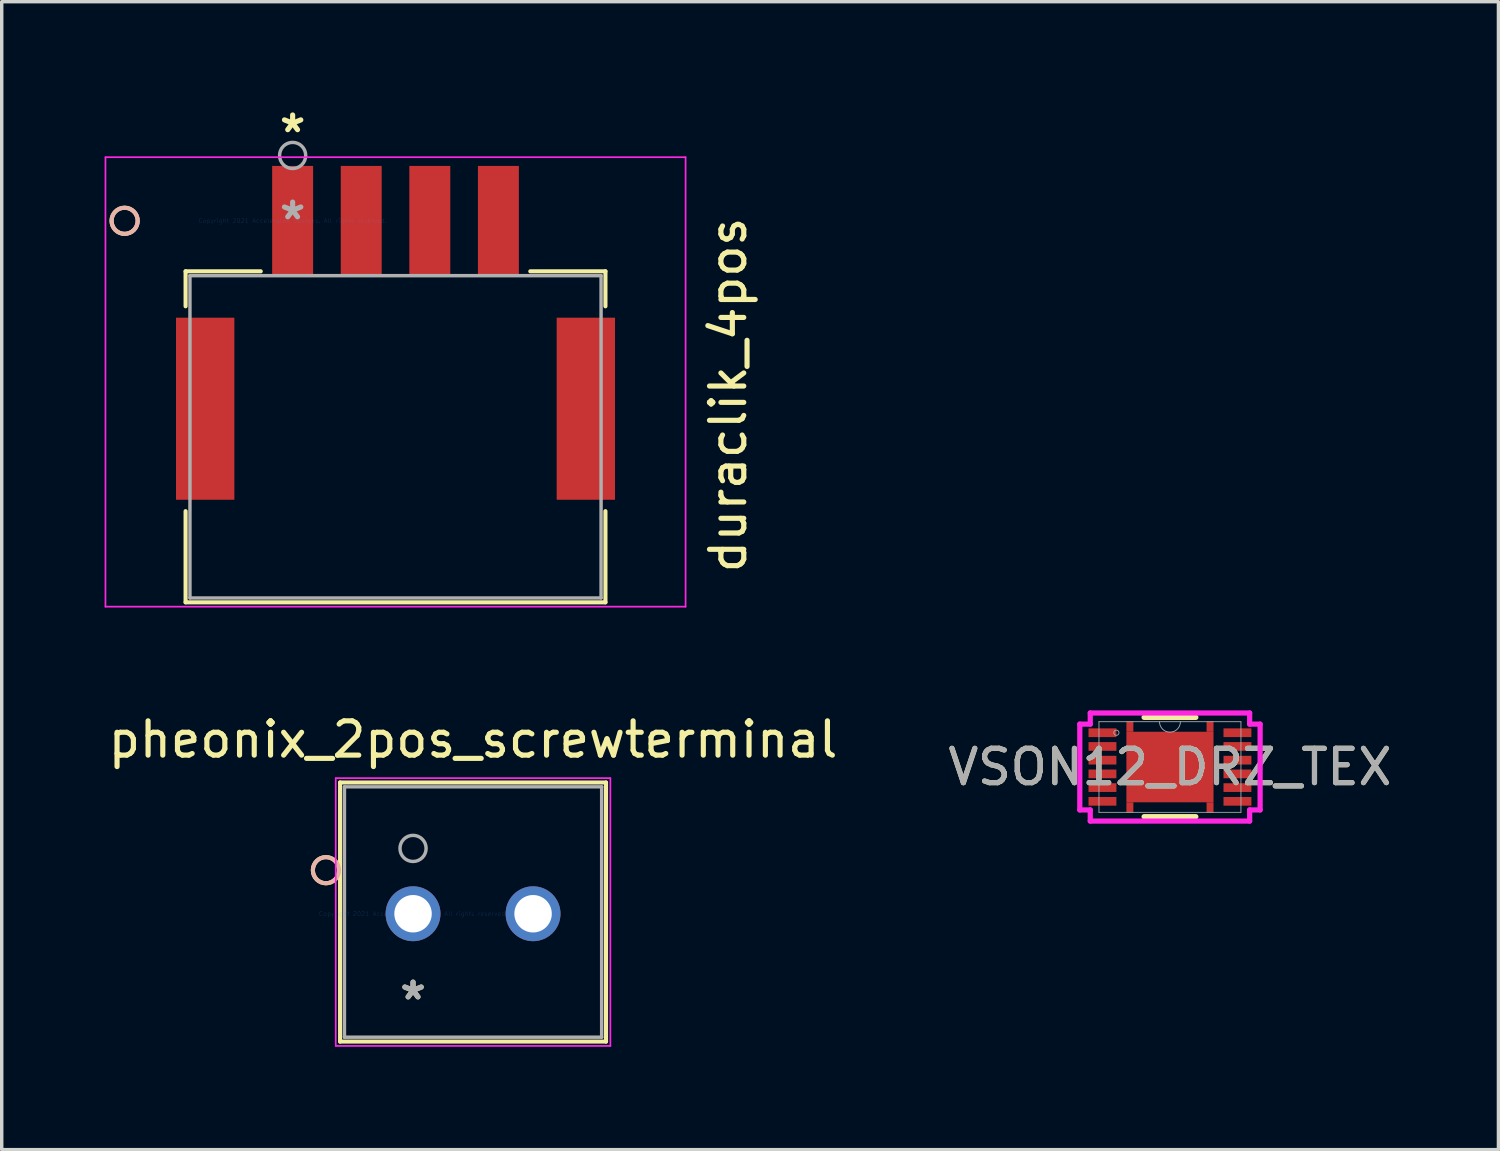
<source format=kicad_pcb>
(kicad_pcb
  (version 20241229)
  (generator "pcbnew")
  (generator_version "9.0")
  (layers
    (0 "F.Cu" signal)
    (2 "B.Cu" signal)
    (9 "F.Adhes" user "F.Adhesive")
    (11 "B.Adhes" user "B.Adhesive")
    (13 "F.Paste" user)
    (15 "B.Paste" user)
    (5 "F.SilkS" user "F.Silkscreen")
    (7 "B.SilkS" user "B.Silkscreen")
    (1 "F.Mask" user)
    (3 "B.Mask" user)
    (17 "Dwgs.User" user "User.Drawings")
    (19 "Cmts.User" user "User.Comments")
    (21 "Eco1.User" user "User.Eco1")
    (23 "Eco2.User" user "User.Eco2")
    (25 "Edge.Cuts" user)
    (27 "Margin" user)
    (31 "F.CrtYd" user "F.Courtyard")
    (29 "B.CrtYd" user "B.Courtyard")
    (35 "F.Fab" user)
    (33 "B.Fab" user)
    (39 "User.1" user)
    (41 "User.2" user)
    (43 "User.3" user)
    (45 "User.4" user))
  (footprint "VSON12_DRZ_TEX"
    (layer "F.Cu")
    (at 31.065 19.316)
    (property "Reference" "VSON12_DRZ_TEX" (at 0 0 0) (unlocked yes) (layer "F.SilkS") (effects (font (size 1 1) (thickness 0.15))))
    (attr smd)
    (fp_poly (pts (xy -1.27 -1.029) (xy -1.27 -1.333) (xy -1.067 -1.333) (xy -1.067 -1.029)) (stroke (width 0) (type solid)) (fill yes) (layer "F.Cu"))
    (fp_poly (pts (xy -1.27 1.029) (xy -1.27 1.333) (xy -1.067 1.333) (xy -1.067 1.029)) (stroke (width 0) (type solid)) (fill yes) (layer "F.Cu"))
    (fp_poly (pts (xy 1.27 -1.029) (xy 1.27 -1.333) (xy 1.067 -1.333) (xy 1.067 -1.029)) (stroke (width 0) (type solid)) (fill yes) (layer "F.Cu"))
    (fp_poly (pts (xy 1.27 1.029) (xy 1.27 1.333) (xy 1.067 1.333) (xy 1.067 1.029)) (stroke (width 0) (type solid)) (fill yes) (layer "F.Cu"))
    (fp_poly (pts (xy -1.27 -1.029) (xy -1.27 -1.333) (xy -1.067 -1.333) (xy -1.067 -1.029)) (stroke (width 0) (type solid)) (fill yes) (layer "F.Mask"))
    (fp_poly (pts (xy -1.27 1.029) (xy -1.27 1.333) (xy -1.067 1.333) (xy -1.067 1.029)) (stroke (width 0) (type solid)) (fill yes) (layer "F.Mask"))
    (fp_poly (pts (xy 1.27 -1.029) (xy 1.27 -1.333) (xy 1.067 -1.333) (xy 1.067 -1.029)) (stroke (width 0) (type solid)) (fill yes) (layer "F.Mask"))
    (fp_poly (pts (xy 1.27 1.029) (xy 1.27 1.333) (xy 1.067 1.333) (xy 1.067 1.029)) (stroke (width 0) (type solid)) (fill yes) (layer "F.Mask"))
    (fp_line (start -0.754 1.448) (end 0.754 1.448) (stroke (width 0.152) (type solid)) (layer "F.SilkS"))
    (fp_line (start 0.754 -1.448) (end -0.754 -1.448) (stroke (width 0.152) (type solid)) (layer "F.SilkS"))
    (fp_poly (pts (xy -1.27 -1.029) (xy -1.27 -1.333) (xy -1.067 -1.333) (xy -1.067 -1.029)) (stroke (width 0) (type solid)) (fill yes) (layer "F.Paste"))
    (fp_poly (pts (xy -1.27 1.029) (xy -1.27 1.333) (xy -1.067 1.333) (xy -1.067 1.029)) (stroke (width 0) (type solid)) (fill yes) (layer "F.Paste"))
    (fp_poly (pts (xy 1.27 -1.029) (xy 1.27 -1.333) (xy 1.067 -1.333) (xy 1.067 -1.029)) (stroke (width 0) (type solid)) (fill yes) (layer "F.Paste"))
    (fp_poly (pts (xy 1.27 1.029) (xy 1.27 1.333) (xy 1.067 1.333) (xy 1.067 1.029)) (stroke (width 0) (type solid)) (fill yes) (layer "F.Paste"))
    (fp_line (start -2.629 -1.251) (end -2.324 -1.251) (stroke (width 0.152) (type solid)) (layer "F.CrtYd"))
    (fp_line (start -2.629 1.251) (end -2.629 -1.251) (stroke (width 0.152) (type solid)) (layer "F.CrtYd"))
    (fp_line (start -2.629 1.251) (end -2.324 1.251) (stroke (width 0.152) (type solid)) (layer "F.CrtYd"))
    (fp_line (start -2.324 -1.575) (end 2.324 -1.575) (stroke (width 0.152) (type solid)) (layer "F.CrtYd"))
    (fp_line (start -2.324 -1.251) (end -2.324 -1.575) (stroke (width 0.152) (type solid)) (layer "F.CrtYd"))
    (fp_line (start -2.324 1.575) (end -2.324 1.251) (stroke (width 0.152) (type solid)) (layer "F.CrtYd"))
    (fp_line (start 2.324 -1.575) (end 2.324 -1.251) (stroke (width 0.152) (type solid)) (layer "F.CrtYd"))
    (fp_line (start 2.324 1.251) (end 2.324 1.575) (stroke (width 0.152) (type solid)) (layer "F.CrtYd"))
    (fp_line (start 2.324 1.575) (end -2.324 1.575) (stroke (width 0.152) (type solid)) (layer "F.CrtYd"))
    (fp_line (start 2.629 -1.251) (end 2.324 -1.251) (stroke (width 0.152) (type solid)) (layer "F.CrtYd"))
    (fp_line (start 2.629 -1.251) (end 2.629 1.251) (stroke (width 0.152) (type solid)) (layer "F.CrtYd"))
    (fp_line (start 2.629 1.251) (end 2.324 1.251) (stroke (width 0.152) (type solid)) (layer "F.CrtYd"))
    (fp_line (start -2.07 -1.321) (end -2.07 1.321) (stroke (width 0.025) (type solid)) (layer "F.Fab"))
    (fp_line (start -2.07 1.321) (end 2.07 1.321) (stroke (width 0.025) (type solid)) (layer "F.Fab"))
    (fp_line (start 2.07 -1.321) (end -2.07 -1.321) (stroke (width 0.025) (type solid)) (layer "F.Fab"))
    (fp_line (start 2.07 1.321) (end 2.07 -1.321) (stroke (width 0.025) (type solid)) (layer "F.Fab"))
    (fp_arc (start 0.3048 -1.3208) (mid 0 -1.016) (end -0.3048 -1.3208) (stroke (width 0.0254) (type solid)) (layer "F.Fab"))
    (fp_circle (center -1.562 -1) (end -1.486 -1) (stroke (width 0.025) (type solid)) (fill no) (layer "F.Fab"))
    (fp_text user "${REFERENCE}" (at 0 0 0) (unlocked yes) (layer "F.Fab") (effects (font (size 1 1) (thickness 0.15))))
    (pad "1" smd rect (at -1.968 -1) (size 0.813 0.254) (layers "F.Cu" "F.Mask" "F.Paste"))
    (pad "2" smd rect (at -1.968 -0.6) (size 0.813 0.254) (layers "F.Cu" "F.Mask" "F.Paste"))
    (pad "3" smd rect (at -1.968 -0.2) (size 0.813 0.254) (layers "F.Cu" "F.Mask" "F.Paste"))
    (pad "4" smd rect (at -1.968 0.2) (size 0.813 0.254) (layers "F.Cu" "F.Mask" "F.Paste"))
    (pad "5" smd rect (at -1.968 0.6) (size 0.813 0.254) (layers "F.Cu" "F.Mask" "F.Paste"))
    (pad "6" smd rect (at -1.968 1) (size 0.813 0.254) (layers "F.Cu" "F.Mask" "F.Paste"))
    (pad "7" smd rect (at 1.968 1) (size 0.813 0.254) (layers "F.Cu" "F.Mask" "F.Paste"))
    (pad "8" smd rect (at 1.968 0.6) (size 0.813 0.254) (layers "F.Cu" "F.Mask" "F.Paste"))
    (pad "9" smd rect (at 1.968 0.2) (size 0.813 0.254) (layers "F.Cu" "F.Mask" "F.Paste"))
    (pad "10" smd rect (at 1.968 -0.2) (size 0.813 0.254) (layers "F.Cu" "F.Mask" "F.Paste"))
    (pad "11" smd rect (at 1.968 -0.6) (size 0.813 0.254) (layers "F.Cu" "F.Mask" "F.Paste"))
    (pad "12" smd rect (at 1.968 -1) (size 0.813 0.254) (layers "F.Cu" "F.Mask" "F.Paste"))
    (pad "13" smd rect (at 0 0) (size 2.54 2.057) (layers "F.Cu" "F.Mask" "F.Paste")))
  (footprint "duraclik_4pos"
    (layer "F.Cu")
    (at 5.483 3.388)
    (property "Reference" "duraclik_4pos" (at 12.7 5.08 90) (layer "F.SilkS") (effects (font (size 1 1) (thickness 0.15))))
    (attr through_hole)
    (fp_line (start -3.121 1.473) (end -3.121 2.493) (stroke (width 0.12) (type solid)) (layer "F.SilkS"))
    (fp_line (start -3.121 8.467) (end -3.121 11.125) (stroke (width 0.12) (type solid)) (layer "F.SilkS"))
    (fp_line (start -3.121 11.125) (end 9.121 11.125) (stroke (width 0.12) (type solid)) (layer "F.SilkS"))
    (fp_line (start -0.93 1.473) (end -3.121 1.473) (stroke (width 0.12) (type solid)) (layer "F.SilkS"))
    (fp_line (start 9.121 1.473) (end 6.93 1.473) (stroke (width 0.12) (type solid)) (layer "F.SilkS"))
    (fp_line (start 9.121 2.493) (end 9.121 1.473) (stroke (width 0.12) (type solid)) (layer "F.SilkS"))
    (fp_line (start 9.121 11.125) (end 9.121 8.467) (stroke (width 0.12) (type solid)) (layer "F.SilkS"))
    (fp_circle (center -4.899 0) (end -4.518 0) (stroke (width 0.12) (type solid)) (fill no) (layer "F.SilkS"))
    (fp_circle (center -4.899 0) (end -4.518 0) (stroke (width 0.12) (type solid)) (fill no) (layer "B.SilkS"))
    (fp_line (start -5.458 -1.854) (end -5.458 11.252) (stroke (width 0.05) (type solid)) (layer "F.CrtYd"))
    (fp_line (start -5.458 11.252) (end 11.458 11.252) (stroke (width 0.05) (type solid)) (layer "F.CrtYd"))
    (fp_line (start 11.458 -1.854) (end -5.458 -1.854) (stroke (width 0.05) (type solid)) (layer "F.CrtYd"))
    (fp_line (start 11.458 11.252) (end 11.458 -1.854) (stroke (width 0.05) (type solid)) (layer "F.CrtYd"))
    (fp_line (start -2.994 1.6) (end -2.994 10.998) (stroke (width 0.1) (type solid)) (layer "F.Fab"))
    (fp_line (start -2.994 10.998) (end 8.994 10.998) (stroke (width 0.1) (type solid)) (layer "F.Fab"))
    (fp_line (start 8.994 1.6) (end -2.994 1.6) (stroke (width 0.1) (type solid)) (layer "F.Fab"))
    (fp_line (start 8.994 10.998) (end 8.994 1.6) (stroke (width 0.1) (type solid)) (layer "F.Fab"))
    (fp_circle (center 0 -1.905) (end 0.381 -1.905) (stroke (width 0.1) (type solid)) (fill no) (layer "F.Fab"))
    (fp_text user "*" (at 0 -2.54 0) (layer "F.SilkS") (effects (font (size 1 1) (thickness 0.15))))
    (fp_text user "Copyright 2021 Accelerated Designs. All rights reserved." (at 0 0 0) (layer "Cmts.User") (effects (font (size 0.127 0.127) (thickness 0.002))))
    (fp_text user "*" (at 0 0 0) (layer "F.Fab") (effects (font (size 1 1) (thickness 0.15))))
    (pad "1" smd rect (at 0 0) (size 1.194 3.2) (layers "F.Cu" "F.Mask" "F.Paste"))
    (pad "2" smd rect (at 2 0) (size 1.194 3.2) (layers "F.Cu" "F.Mask" "F.Paste"))
    (pad "3" smd rect (at 4 0) (size 1.194 3.2) (layers "F.Cu" "F.Mask" "F.Paste"))
    (pad "4" smd rect (at 6 0) (size 1.194 3.2) (layers "F.Cu" "F.Mask" "F.Paste"))
    (pad "5" smd rect (at -2.55 5.48 90) (size 5.309 1.702) (layers "F.Cu" "F.Mask" "F.Paste"))
    (pad "6" smd rect (at 8.55 5.48 90) (size 5.309 1.702) (layers "F.Cu" "F.Mask" "F.Paste")))
  (footprint "pheonix_2pos_screwterminal"
    (layer "F.Cu")
    (at 8.994 23.594)
    (property "Reference" "pheonix_2pos_screwterminal" (at 1.75 -5.08 0) (layer "F.SilkS") (effects (font (size 1 1) (thickness 0.15))))
    (attr through_hole)
    (fp_line (start -2.127 -3.827) (end -2.127 3.727) (stroke (width 0.12) (type solid)) (layer "F.SilkS"))
    (fp_line (start -2.127 3.727) (end 5.627 3.727) (stroke (width 0.12) (type solid)) (layer "F.SilkS"))
    (fp_line (start 5.627 -3.827) (end -2.127 -3.827) (stroke (width 0.12) (type solid)) (layer "F.SilkS"))
    (fp_line (start 5.627 3.727) (end 5.627 -3.827) (stroke (width 0.12) (type solid)) (layer "F.SilkS"))
    (fp_circle (center -2.54 -1.27) (end -2.159 -1.27) (stroke (width 0.12) (type solid)) (fill no) (layer "F.SilkS"))
    (fp_circle (center -2.54 -1.27) (end -2.159 -1.27) (stroke (width 0.12) (type solid)) (fill no) (layer "B.SilkS"))
    (fp_line (start -2.254 -3.954) (end -2.254 3.854) (stroke (width 0.05) (type solid)) (layer "F.CrtYd"))
    (fp_line (start -2.254 3.854) (end 5.754 3.854) (stroke (width 0.05) (type solid)) (layer "F.CrtYd"))
    (fp_line (start 5.754 -3.954) (end -2.254 -3.954) (stroke (width 0.05) (type solid)) (layer "F.CrtYd"))
    (fp_line (start 5.754 3.854) (end 5.754 -3.954) (stroke (width 0.05) (type solid)) (layer "F.CrtYd"))
    (fp_line (start -2 -3.7) (end -2 3.6) (stroke (width 0.1) (type solid)) (layer "F.Fab"))
    (fp_line (start -2 3.6) (end 5.5 3.6) (stroke (width 0.1) (type solid)) (layer "F.Fab"))
    (fp_line (start 5.5 -3.7) (end -2 -3.7) (stroke (width 0.1) (type solid)) (layer "F.Fab"))
    (fp_line (start 5.5 3.6) (end 5.5 -3.7) (stroke (width 0.1) (type solid)) (layer "F.Fab"))
    (fp_circle (center 0 -1.905) (end 0.381 -1.905) (stroke (width 0.1) (type solid)) (fill no) (layer "F.Fab"))
    (fp_text user "*" (at 0 2.54 0) (layer "F.SilkS") (effects (font (size 1 1) (thickness 0.15))))
    (fp_text user "Copyright 2021 Accelerated Designs. All rights reserved." (at 0 0 0) (layer "Cmts.User") (effects (font (size 0.127 0.127) (thickness 0.002))))
    (fp_text user "*" (at 0 2.54 0) (layer "F.Fab") (effects (font (size 1 1) (thickness 0.15))))
    (pad "1" thru_hole circle (at -0.000001 0) (size 1.6 1.6) (drill 1.092) (layers "*.Cu" "*.Mask"))
    (pad "2" thru_hole circle (at 3.5 0) (size 1.6 1.6) (drill 1.092) (layers "*.Cu" "*.Mask")))
  (gr_rect
    (start -3 -3)
    (end 40.643 30.473)
    (stroke (width 0.1) (type default))
    (fill no)
    (layer "Edge.Cuts")))
</source>
